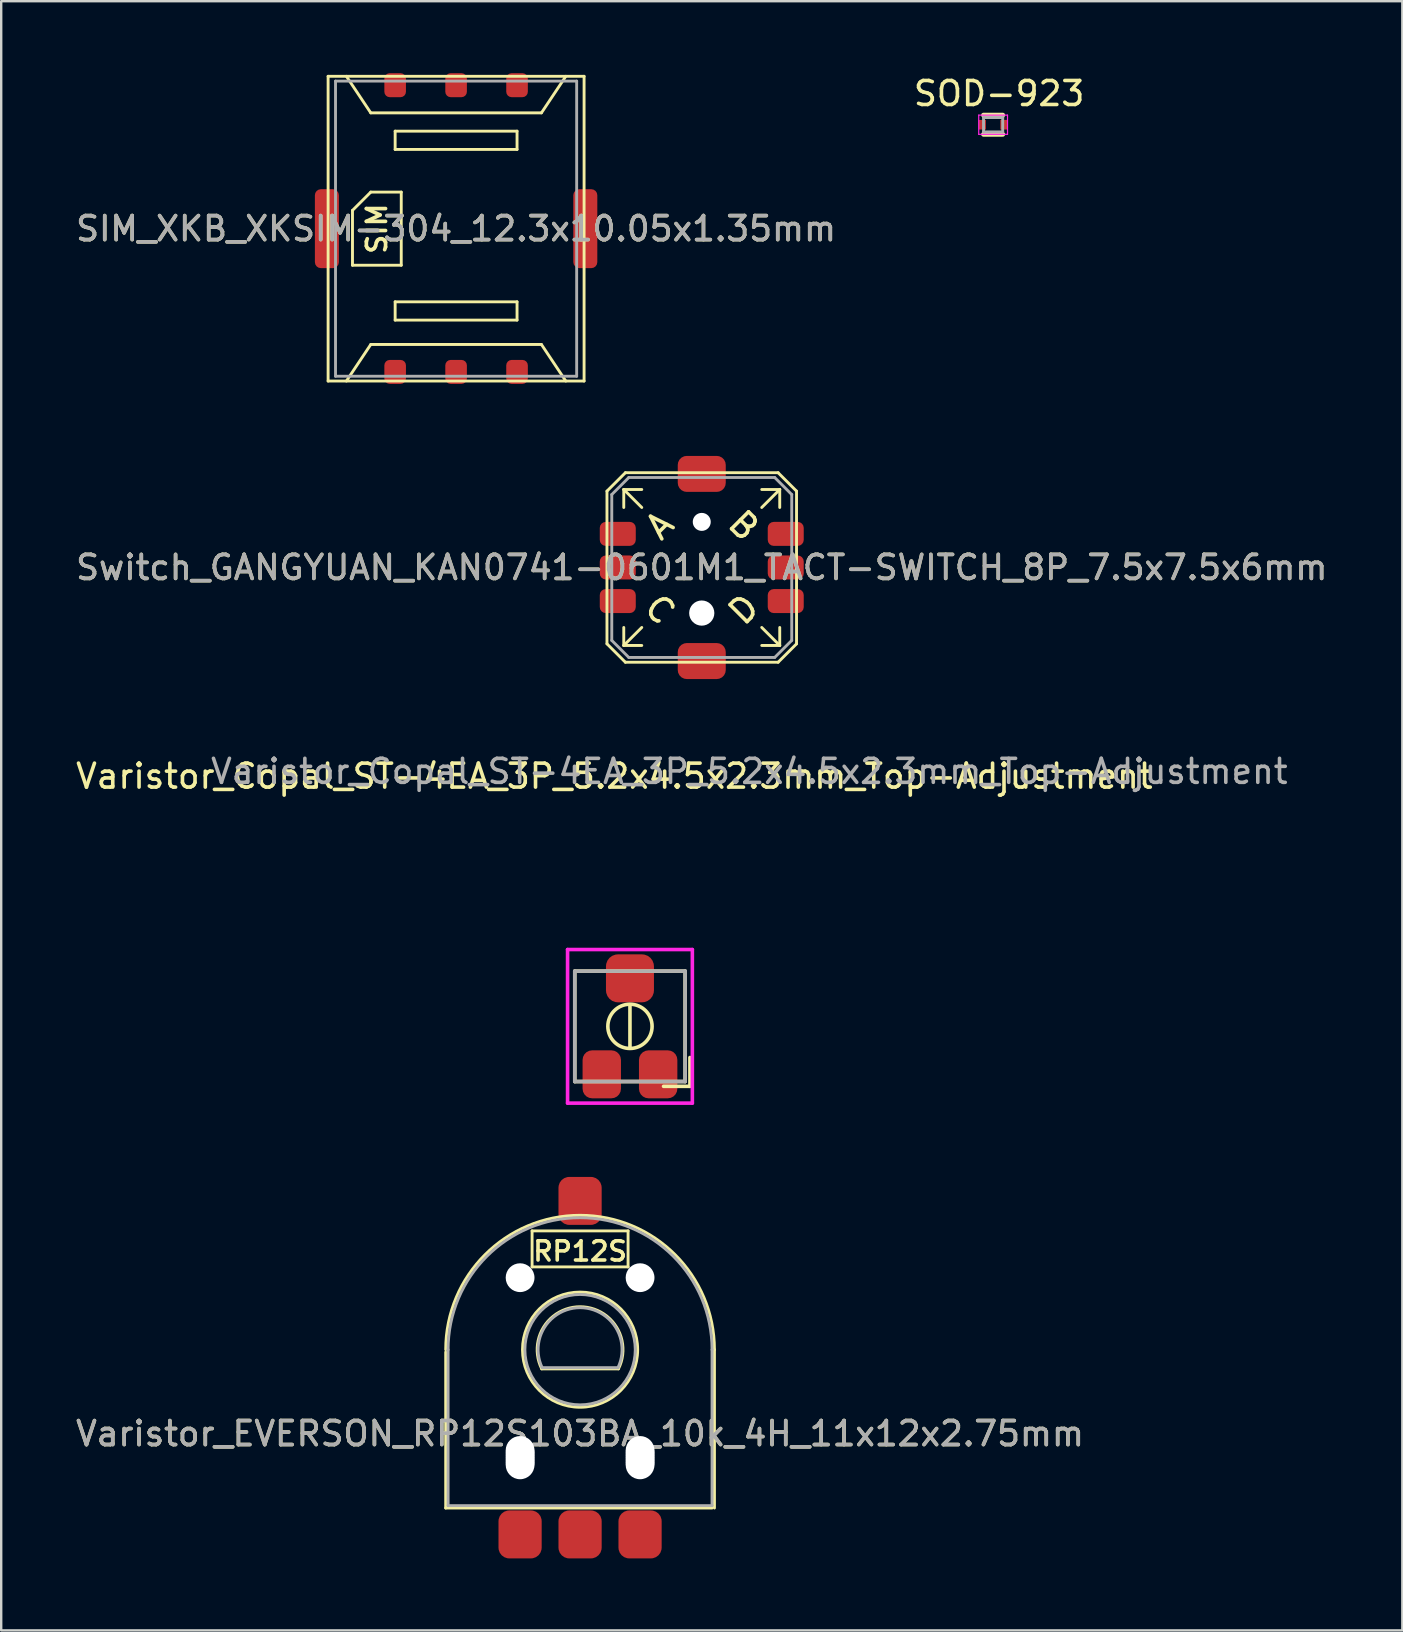
<source format=kicad_pcb>
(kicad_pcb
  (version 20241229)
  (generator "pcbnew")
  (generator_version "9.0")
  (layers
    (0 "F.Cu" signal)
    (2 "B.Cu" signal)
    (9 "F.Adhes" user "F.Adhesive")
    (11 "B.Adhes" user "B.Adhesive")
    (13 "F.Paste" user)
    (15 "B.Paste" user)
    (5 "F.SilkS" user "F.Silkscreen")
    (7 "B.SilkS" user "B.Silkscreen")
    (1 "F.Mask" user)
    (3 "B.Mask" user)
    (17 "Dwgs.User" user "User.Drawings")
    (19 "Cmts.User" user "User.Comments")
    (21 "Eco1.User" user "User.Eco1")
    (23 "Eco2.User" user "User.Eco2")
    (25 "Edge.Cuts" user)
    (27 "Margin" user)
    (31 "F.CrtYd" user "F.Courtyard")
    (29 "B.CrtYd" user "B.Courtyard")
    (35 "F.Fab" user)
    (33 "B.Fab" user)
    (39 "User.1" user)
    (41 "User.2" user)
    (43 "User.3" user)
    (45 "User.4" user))
  (footprint "SIM_XKB_XKSIM-304_12.3x10.05x1.35mm"
    (layer "F.Cu")
    (at 15.958 6.48)
    (property "Reference" "SIM_XKB_XKSIM-304_12.3x10.05x1.35mm" (at 0 0 0) (layer "F.SilkS") (effects (font (size 1 1) (thickness 0.15))))
    (attr smd)
    (fp_line (start -5.334 -6.35) (end -5.334 6.35) (stroke (width 0.12) (type solid)) (layer "F.SilkS"))
    (fp_line (start -5.334 6.35) (end 5.334 6.35) (stroke (width 0.12) (type solid)) (layer "F.SilkS"))
    (fp_line (start -4.572 6.35) (end -3.556 4.826) (stroke (width 0.12) (type solid)) (layer "F.SilkS"))
    (fp_line (start -4.318 -0.762) (end -3.556 -1.524) (stroke (width 0.12) (type solid)) (layer "F.SilkS"))
    (fp_line (start -4.318 1.524) (end -4.318 -0.762) (stroke (width 0.12) (type solid)) (layer "F.SilkS"))
    (fp_line (start -3.556 -4.826) (end -4.572 -6.35) (stroke (width 0.12) (type solid)) (layer "F.SilkS"))
    (fp_line (start -3.556 -1.524) (end -2.286 -1.524) (stroke (width 0.12) (type solid)) (layer "F.SilkS"))
    (fp_line (start -3.556 4.826) (end 3.556 4.826) (stroke (width 0.12) (type solid)) (layer "F.SilkS"))
    (fp_line (start -2.54 -4.064) (end 2.54 -4.064) (stroke (width 0.12) (type solid)) (layer "F.SilkS"))
    (fp_line (start -2.54 -3.302) (end -2.54 -4.064) (stroke (width 0.12) (type solid)) (layer "F.SilkS"))
    (fp_line (start -2.54 3.048) (end 2.54 3.048) (stroke (width 0.12) (type solid)) (layer "F.SilkS"))
    (fp_line (start -2.54 3.81) (end -2.54 3.048) (stroke (width 0.12) (type solid)) (layer "F.SilkS"))
    (fp_line (start -2.286 -1.524) (end -2.286 1.524) (stroke (width 0.12) (type solid)) (layer "F.SilkS"))
    (fp_line (start -2.286 1.524) (end -4.318 1.524) (stroke (width 0.12) (type solid)) (layer "F.SilkS"))
    (fp_line (start 2.54 -4.064) (end 2.54 -3.302) (stroke (width 0.12) (type solid)) (layer "F.SilkS"))
    (fp_line (start 2.54 -3.302) (end -2.54 -3.302) (stroke (width 0.12) (type solid)) (layer "F.SilkS"))
    (fp_line (start 2.54 3.048) (end 2.54 3.81) (stroke (width 0.12) (type solid)) (layer "F.SilkS"))
    (fp_line (start 2.54 3.81) (end -2.54 3.81) (stroke (width 0.12) (type solid)) (layer "F.SilkS"))
    (fp_line (start 3.556 -4.826) (end -3.556 -4.826) (stroke (width 0.12) (type solid)) (layer "F.SilkS"))
    (fp_line (start 3.556 4.826) (end 4.572 6.35) (stroke (width 0.12) (type solid)) (layer "F.SilkS"))
    (fp_line (start 4.572 -6.35) (end 3.556 -4.826) (stroke (width 0.12) (type solid)) (layer "F.SilkS"))
    (fp_line (start 5.334 -6.35) (end -5.334 -6.35) (stroke (width 0.12) (type solid)) (layer "F.SilkS"))
    (fp_line (start 5.334 6.35) (end 5.334 -6.35) (stroke (width 0.12) (type solid)) (layer "F.SilkS"))
    (fp_line (start -5.025 -6.15) (end -5.025 6.15) (stroke (width 0.12) (type solid)) (layer "F.Fab"))
    (fp_line (start 5.025 -6.15) (end -5.025 -6.15) (stroke (width 0.12) (type solid)) (layer "F.Fab"))
    (fp_line (start 5.025 6.15) (end -5.025 6.15) (stroke (width 0.12) (type solid)) (layer "F.Fab"))
    (fp_line (start 5.025 6.15) (end 5.025 -6.15) (stroke (width 0.12) (type solid)) (layer "F.Fab"))
    (fp_text user "SIM" (at -3.302 0 90) (layer "F.SilkS") (effects (font (size 0.8 0.8) (thickness 0.152))))
    (fp_text user "${REFERENCE}" (at 0 0 180) (layer "F.Fab") (effects (font (size 1 1) (thickness 0.15))))
    (pad "C1" smd roundrect (at 2.54 5.97) (size 0.9 1) (layers "F.Cu" "F.Mask" "F.Paste") (roundrect_rratio 0.25))
    (pad "C2" smd roundrect (at 0 5.97) (size 0.9 1) (layers "F.Cu" "F.Mask" "F.Paste") (roundrect_rratio 0.25))
    (pad "C3" smd roundrect (at -2.54 5.97) (size 0.9 1) (layers "F.Cu" "F.Mask" "F.Paste") (roundrect_rratio 0.25))
    (pad "C5" smd roundrect (at 2.54 -5.98) (size 0.9 1) (layers "F.Cu" "F.Mask" "F.Paste") (roundrect_rratio 0.25))
    (pad "C6" smd roundrect (at 0 -5.98) (size 0.9 1) (layers "F.Cu" "F.Mask" "F.Paste") (roundrect_rratio 0.25))
    (pad "C7" smd roundrect (at -2.54 -5.98) (size 0.9 1) (layers "F.Cu" "F.Mask" "F.Paste") (roundrect_rratio 0.25))
    (pad "GND" smd roundrect (at -5.385 0 90) (size 3.29 1) (layers "F.Cu" "F.Mask" "F.Paste") (roundrect_rratio 0.25))
    (pad "GND" smd roundrect (at 5.385 0 90) (size 3.29 1) (layers "F.Cu" "F.Mask" "F.Paste") (roundrect_rratio 0.25)))
  (footprint "Varistor_Copal_ST-4EA_3P_5.2x4.5x2.3mm_Top-Adjustment"
    (layer "F.Cu")
    (at 23.204 39.723)
    (property "Reference" "Varistor_Copal_ST-4EA_3P_5.2x4.5x2.3mm_Top-Adjustment" (at -0.65 -10.425 0) (layer "F.SilkS") (effects (font (size 1 1) (thickness 0.15))))
    (attr smd)
    (fp_line (start -2.3 -2.3) (end 2.3 -2.3) (stroke (width 0.15) (type solid)) (layer "F.SilkS"))
    (fp_line (start -2.3 2.3) (end -2.3 -2.3) (stroke (width 0.15) (type solid)) (layer "F.SilkS"))
    (fp_line (start 0 -0.9) (end 0 0.9) (stroke (width 0.15) (type solid)) (layer "F.SilkS"))
    (fp_line (start 1.4 2.5) (end 2.5 2.5) (stroke (width 0.15) (type solid)) (layer "F.SilkS"))
    (fp_line (start 2.3 -2.3) (end 2.3 2.3) (stroke (width 0.15) (type solid)) (layer "F.SilkS"))
    (fp_line (start 2.3 2.3) (end -2.3 2.3) (stroke (width 0.15) (type solid)) (layer "F.SilkS"))
    (fp_line (start 2.5 2.5) (end 2.5 1.3) (stroke (width 0.15) (type solid)) (layer "F.SilkS"))
    (fp_circle (center 0 0) (end 0.6 0.7) (stroke (width 0.15) (type solid)) (fill no) (layer "F.SilkS"))
    (fp_line (start -2.6 -3.2) (end -2.6 3.2) (stroke (width 0.15) (type solid)) (layer "F.CrtYd"))
    (fp_line (start -2.6 3.2) (end 2.6 3.2) (stroke (width 0.15) (type solid)) (layer "F.CrtYd"))
    (fp_line (start 2.6 -3.2) (end -2.6 -3.2) (stroke (width 0.15) (type solid)) (layer "F.CrtYd"))
    (fp_line (start 2.6 3.2) (end 2.6 -3.2) (stroke (width 0.15) (type solid)) (layer "F.CrtYd"))
    (fp_line (start -2.3 -2.3) (end -2.3 2.3) (stroke (width 0.15) (type solid)) (layer "F.Fab"))
    (fp_line (start -2.3 2.3) (end 2.3 2.3) (stroke (width 0.15) (type solid)) (layer "F.Fab"))
    (fp_line (start -1 -2.3) (end -2.3 -2.3) (stroke (width 0.15) (type solid)) (layer "F.Fab"))
    (fp_line (start 2.3 -2.3) (end -1 -2.3) (stroke (width 0.15) (type solid)) (layer "F.Fab"))
    (fp_line (start 2.3 2.3) (end 2.3 -2.3) (stroke (width 0.15) (type solid)) (layer "F.Fab"))
    (fp_text user "${REFERENCE}" (at 4.975 -10.625 0) (layer "F.Fab") (effects (font (size 1 1) (thickness 0.15))))
    (pad "1" smd roundrect (at 1.175 2 90) (size 2 1.6) (layers "F.Cu" "F.Mask" "F.Paste") (roundrect_rratio 0.25))
    (pad "2" smd roundrect (at 0 -2) (size 2 2) (layers "F.Cu" "F.Mask" "F.Paste") (roundrect_rratio 0.25))
    (pad "3" smd roundrect (at -1.175 2 90) (size 2 1.6) (layers "F.Cu" "F.Mask" "F.Paste") (roundrect_rratio 0.25)))
  (footprint "SOD-923"
    (layer "F.Cu")
    (at 38.339 2.148)
    (property "Reference" "SOD-923" (at 0.25 -1.299 0) (layer "F.SilkS") (effects (font (size 1 1) (thickness 0.15))))
    (attr through_hole)
    (fp_line (start -0.4 -0.4) (end 0.4 -0.4) (stroke (width 0.2) (type solid)) (layer "F.SilkS"))
    (fp_line (start -0.4 0.4) (end 0.4 0.4) (stroke (width 0.2) (type solid)) (layer "F.SilkS"))
    (fp_line (start -0.6 -0.4) (end 0.6 -0.4) (stroke (width 0.05) (type solid)) (layer "F.CrtYd"))
    (fp_line (start -0.6 0.4) (end -0.6 -0.4) (stroke (width 0.05) (type solid)) (layer "F.CrtYd"))
    (fp_line (start 0.6 -0.4) (end 0.6 0.4) (stroke (width 0.05) (type solid)) (layer "F.CrtYd"))
    (fp_line (start 0.6 0.4) (end -0.6 0.4) (stroke (width 0.05) (type solid)) (layer "F.CrtYd"))
    (fp_line (start -0.4 -0.3) (end 0.4 -0.3) (stroke (width 0.12) (type solid)) (layer "F.Fab"))
    (fp_line (start -0.4 0.3) (end -0.4 -0.3) (stroke (width 0.12) (type solid)) (layer "F.Fab"))
    (fp_line (start 0.4 -0.3) (end 0.4 0.3) (stroke (width 0.12) (type solid)) (layer "F.Fab"))
    (fp_line (start 0.4 0.3) (end -0.4 0.3) (stroke (width 0.12) (type solid)) (layer "F.Fab"))
    (pad "1" smd rect (at -0.45 0 90) (size 0.4 0.3) (layers "F.Cu" "F.Mask" "F.Paste"))
    (pad "2" smd rect (at 0.45 0 90) (size 0.4 0.3) (layers "F.Cu" "F.Mask" "F.Paste")))
  (footprint "Varistor_EVERSON_RP12S103BA_10k_4H_11x12x2.75mm"
    (layer "F.Cu")
    (at 21.125 53.198)
    (property "Reference" "Varistor_EVERSON_RP12S103BA_10k_4H_11x12x2.75mm" (at 0 3.5 0) (layer "F.SilkS") (effects (font (size 1 1) (thickness 0.15))))
    (attr through_hole)
    (fp_line (start -5.6 6.6) (end -5.6 0.1) (stroke (width 0.12) (type solid)) (layer "F.SilkS"))
    (fp_line (start -2 -4.95) (end 2 -4.95) (stroke (width 0.12) (type solid)) (layer "F.SilkS"))
    (fp_line (start -2 -3.45) (end -2 -4.95) (stroke (width 0.12) (type solid)) (layer "F.SilkS"))
    (fp_line (start -1.6 0.8) (end 1.6 0.8) (stroke (width 0.12) (type solid)) (layer "F.SilkS"))
    (fp_line (start 2 -4.95) (end 2 -3.45) (stroke (width 0.12) (type solid)) (layer "F.SilkS"))
    (fp_line (start 2 -3.45) (end -2 -3.45) (stroke (width 0.12) (type solid)) (layer "F.SilkS"))
    (fp_line (start 5.5 6.6) (end -5.6 6.6) (stroke (width 0.12) (type solid)) (layer "F.SilkS"))
    (fp_line (start 5.6 6.6) (end 5.6 0) (stroke (width 0.12) (type solid)) (layer "F.SilkS"))
    (fp_arc (start -5.6 0) (mid 0 -5.6) (end 5.6 0) (stroke (width 0.12) (type solid)) (layer "F.SilkS"))
    (fp_arc (start -1.6 0.8) (mid 0 -1.788854) (end 1.6 0.8) (stroke (width 0.12) (type solid)) (layer "F.SilkS"))
    (fp_circle (center 0 0) (end 2.4 0) (stroke (width 0.12) (type solid)) (fill no) (layer "F.SilkS"))
    (fp_line (start -5.5 6.5) (end -5.5 0) (stroke (width 0.12) (type solid)) (layer "F.Fab"))
    (fp_line (start -1.58 0.75) (end 1.58 0.75) (stroke (width 0.12) (type solid)) (layer "F.Fab"))
    (fp_line (start 5.5 6.5) (end -5.5 6.5) (stroke (width 0.12) (type solid)) (layer "F.Fab"))
    (fp_line (start 5.5 6.5) (end 5.5 0) (stroke (width 0.12) (type solid)) (layer "F.Fab"))
    (fp_arc (start -5.5 0) (mid 0 -5.5) (end 5.5 0) (stroke (width 0.12) (type solid)) (layer "F.Fab"))
    (fp_arc (start -1.58 0.75) (mid 0 -1.748971) (end 1.58 0.75) (stroke (width 0.12) (type solid)) (layer "F.Fab"))
    (fp_circle (center 0 0) (end 2.3 0) (stroke (width 0.12) (type solid)) (fill no) (layer "F.Fab"))
    (fp_text user "RP12S" (at 0 -4.1 0) (layer "F.SilkS") (effects (font (size 0.8 0.8) (thickness 0.15))))
    (fp_text user "${REFERENCE}" (at 0 3.5 0) (layer "F.Fab") (effects (font (size 1 1) (thickness 0.15))))
    (pad "" np_thru_hole circle (at -2.5 -3) (size 1.2 1.2) (drill 1.2) (layers "*.Cu" "*.Mask"))
    (pad "" np_thru_hole circle (at -2.5 4.2) (size 1.2 1.2) (drill 1.2) (layers "*.Cu" "*.Mask"))
    (pad "" np_thru_hole circle (at -2.5 4.3) (size 1.2 1.2) (drill 1.2) (layers "*.Cu" "*.Mask"))
    (pad "" np_thru_hole circle (at -2.5 4.4) (size 1.2 1.2) (drill 1.2) (layers "*.Cu" "*.Mask"))
    (pad "" np_thru_hole circle (at -2.5 4.5) (size 1.2 1.2) (drill 1.2) (layers "*.Cu" "*.Mask"))
    (pad "" np_thru_hole circle (at -2.5 4.6) (size 1.2 1.2) (drill 1.2) (layers "*.Cu" "*.Mask"))
    (pad "" np_thru_hole circle (at -2.5 4.7) (size 1.2 1.2) (drill 1.2) (layers "*.Cu" "*.Mask"))
    (pad "" np_thru_hole circle (at -2.5 4.8) (size 1.2 1.2) (drill 1.2) (layers "*.Cu" "*.Mask"))
    (pad "" np_thru_hole circle (at 2.5 -3) (size 1.2 1.2) (drill 1.2) (layers "*.Cu" "*.Mask"))
    (pad "" np_thru_hole circle (at 2.5 4.2) (size 1.2 1.2) (drill 1.2) (layers "*.Cu" "*.Mask"))
    (pad "" np_thru_hole circle (at 2.5 4.3) (size 1.2 1.2) (drill 1.2) (layers "*.Cu" "*.Mask"))
    (pad "" np_thru_hole circle (at 2.5 4.4) (size 1.2 1.2) (drill 1.2) (layers "*.Cu" "*.Mask"))
    (pad "" np_thru_hole circle (at 2.5 4.5) (size 1.2 1.2) (drill 1.2) (layers "*.Cu" "*.Mask"))
    (pad "" np_thru_hole circle (at 2.5 4.6) (size 1.2 1.2) (drill 1.2) (layers "*.Cu" "*.Mask"))
    (pad "" np_thru_hole circle (at 2.5 4.7) (size 1.2 1.2) (drill 1.2) (layers "*.Cu" "*.Mask"))
    (pad "" np_thru_hole circle (at 2.5 4.8) (size 1.2 1.2) (drill 1.2) (layers "*.Cu" "*.Mask"))
    (pad "1" smd roundrect (at -2.5 7.7) (size 1.8 2) (layers "F.Cu" "F.Mask" "F.Paste") (roundrect_rratio 0.25))
    (pad "2" smd roundrect (at 0 7.7) (size 1.8 2) (layers "F.Cu" "F.Mask" "F.Paste") (roundrect_rratio 0.25))
    (pad "3" smd roundrect (at 2.5 7.7) (size 1.8 2) (layers "F.Cu" "F.Mask" "F.Paste") (roundrect_rratio 0.25))
    (pad "4" smd roundrect (at 0 -6.2) (size 1.8 2) (layers "F.Cu" "F.Mask" "F.Paste") (roundrect_rratio 0.25)))
  (footprint "Switch_GANGYUAN_KAN0741-0601M1_TACT-SWITCH_8P_7.5x7.5x6mm"
    (layer "F.Cu")
    (at 26.196 20.6)
    (property "Reference" "Switch_GANGYUAN_KAN0741-0601M1_TACT-SWITCH_8P_7.5x7.5x6mm" (at 0 0 0) (layer "F.SilkS") (effects (font (size 1 1) (thickness 0.15))))
    (attr smd)
    (fp_line (start -3.95 -3.182) (end -3.182 -3.95) (stroke (width 0.12) (type solid)) (layer "F.SilkS"))
    (fp_line (start -3.95 3.182) (end -3.95 -3.182) (stroke (width 0.12) (type solid)) (layer "F.SilkS"))
    (fp_line (start -3.25 -3.25) (end -3.25 -2.5) (stroke (width 0.12) (type solid)) (layer "F.SilkS"))
    (fp_line (start -3.25 -3.25) (end -2.5 -3.25) (stroke (width 0.12) (type solid)) (layer "F.SilkS"))
    (fp_line (start -3.25 -3.25) (end -2.5 -2.5) (stroke (width 0.12) (type solid)) (layer "F.SilkS"))
    (fp_line (start -3.25 3.25) (end -3.25 2.5) (stroke (width 0.12) (type solid)) (layer "F.SilkS"))
    (fp_line (start -3.25 3.25) (end -2.5 2.5) (stroke (width 0.12) (type solid)) (layer "F.SilkS"))
    (fp_line (start -3.25 3.25) (end -2.5 3.25) (stroke (width 0.12) (type solid)) (layer "F.SilkS"))
    (fp_line (start -3.182 -3.95) (end 3.182 -3.95) (stroke (width 0.12) (type solid)) (layer "F.SilkS"))
    (fp_line (start -3.182 3.95) (end -3.95 3.182) (stroke (width 0.12) (type solid)) (layer "F.SilkS"))
    (fp_line (start 3.182 3.95) (end -3.182 3.95) (stroke (width 0.12) (type solid)) (layer "F.SilkS"))
    (fp_line (start 3.182 3.95) (end 3.95 3.182) (stroke (width 0.12) (type solid)) (layer "F.SilkS"))
    (fp_line (start 3.25 -3.25) (end 2.5 -3.25) (stroke (width 0.12) (type solid)) (layer "F.SilkS"))
    (fp_line (start 3.25 -3.25) (end 2.5 -2.5) (stroke (width 0.12) (type solid)) (layer "F.SilkS"))
    (fp_line (start 3.25 -3.25) (end 3.25 -2.5) (stroke (width 0.12) (type solid)) (layer "F.SilkS"))
    (fp_line (start 3.25 3.25) (end 2.5 2.5) (stroke (width 0.12) (type solid)) (layer "F.SilkS"))
    (fp_line (start 3.25 3.25) (end 2.5 3.25) (stroke (width 0.12) (type solid)) (layer "F.SilkS"))
    (fp_line (start 3.25 3.25) (end 3.25 2.5) (stroke (width 0.12) (type solid)) (layer "F.SilkS"))
    (fp_line (start 3.95 -3.182) (end 3.182 -3.95) (stroke (width 0.12) (type solid)) (layer "F.SilkS"))
    (fp_line (start 3.95 -3.182) (end 3.95 3.182) (stroke (width 0.12) (type solid)) (layer "F.SilkS"))
    (fp_line (start -3.75 3.04) (end -3.75 -3.04) (stroke (width 0.12) (type solid)) (layer "F.Fab"))
    (fp_line (start -3.04 -3.75) (end -3.75 -3.04) (stroke (width 0.12) (type solid)) (layer "F.Fab"))
    (fp_line (start -3.04 -3.75) (end 3.04 -3.75) (stroke (width 0.12) (type solid)) (layer "F.Fab"))
    (fp_line (start -3.04 3.75) (end -3.75 3.04) (stroke (width 0.12) (type solid)) (layer "F.Fab"))
    (fp_line (start 3.04 3.75) (end -3.04 3.75) (stroke (width 0.12) (type solid)) (layer "F.Fab"))
    (fp_line (start 3.04 3.75) (end 3.75 3.04) (stroke (width 0.12) (type solid)) (layer "F.Fab"))
    (fp_line (start 3.75 -3.04) (end 3.04 -3.75) (stroke (width 0.12) (type solid)) (layer "F.Fab"))
    (fp_line (start 3.75 -3.04) (end 3.75 3.04) (stroke (width 0.12) (type solid)) (layer "F.Fab"))
    (fp_text user "A" (at -1.75 -1.75 45) (layer "F.SilkS") (effects (font (size 1 1) (thickness 0.15))))
    (fp_text user "B" (at 1.75 -1.75 135) (layer "F.SilkS") (effects (font (size 1 1) (thickness 0.15))))
    (fp_text user "D" (at 1.75 1.75 225) (layer "F.SilkS") (effects (font (size 1 1) (thickness 0.15))))
    (fp_text user "C" (at -1.75 1.75 135) (layer "F.SilkS") (effects (font (size 1 1) (thickness 0.15))))
    (fp_text user "${REFERENCE}" (at 0 0 0) (layer "F.Fab") (effects (font (size 1 1) (thickness 0.15))))
    (pad "" np_thru_hole circle (at 0 -1.9) (size 0.75 0.75) (drill 0.75) (layers "*.Cu" "*.Mask"))
    (pad "" np_thru_hole circle (at 0 1.9) (size 1.05 1.05) (drill 1.05) (layers "*.Cu" "*.Mask"))
    (pad "1" smd roundrect (at -3.5 -1.4) (size 1.5 1) (layers "F.Cu" "F.Mask" "F.Paste") (roundrect_rratio 0.25))
    (pad "2" smd roundrect (at -3.5 0) (size 1.5 1) (layers "F.Cu" "F.Mask" "F.Paste") (roundrect_rratio 0.25))
    (pad "3" smd roundrect (at -3.5 1.4) (size 1.5 1) (layers "F.Cu" "F.Mask" "F.Paste") (roundrect_rratio 0.25))
    (pad "4" smd roundrect (at 3.5 -1.4) (size 1.5 1) (layers "F.Cu" "F.Mask" "F.Paste") (roundrect_rratio 0.25))
    (pad "5" smd roundrect (at 3.5 0) (size 1.5 1) (layers "F.Cu" "F.Mask" "F.Paste") (roundrect_rratio 0.25))
    (pad "6" smd roundrect (at 3.5 1.4) (size 1.5 1) (layers "F.Cu" "F.Mask" "F.Paste") (roundrect_rratio 0.25))
    (pad "MP" smd roundrect (at 0 -3.9) (size 2 1.5) (layers "F.Cu" "F.Mask" "F.Paste") (roundrect_rratio 0.25))
    (pad "MP" smd roundrect (at 0 3.9) (size 2 1.5) (layers "F.Cu" "F.Mask" "F.Paste") (roundrect_rratio 0.25)))
  (gr_rect
    (start -3 -3)
    (end 55.393 64.898)
    (stroke (width 0.1) (type default))
    (fill no)
    (layer "Edge.Cuts")))
</source>
